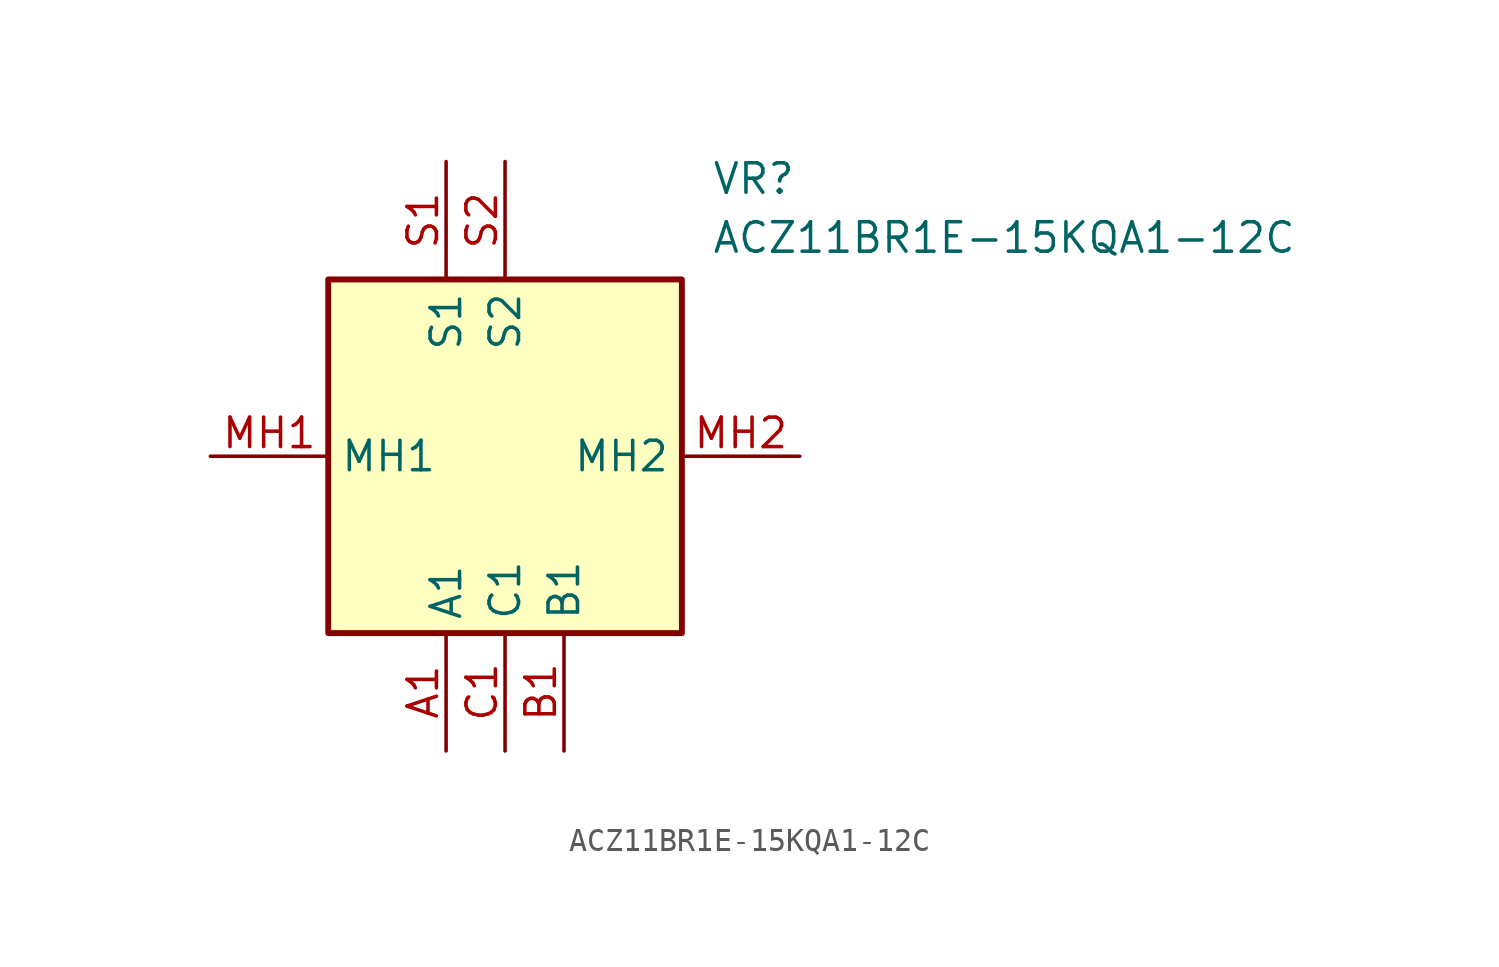
<source format=kicad_sym>
(kicad_symbol_lib
  (version 20211014)
  (generator SamacSys_ECAD_Model)
  (symbol "ACZ11BR1E-15KQA1-12C"
    (property "Reference" "VR"
      (at 21.59 12.7 0)
      (effects (font (size 1.27 1.27)) (justify left top)))
    (property "Value" "ACZ11BR1E-15KQA1-12C"
      (at 21.59 10.16 0)
      (effects (font (size 1.27 1.27)) (justify left top)))
    (rectangle
      (start 5.08 7.62)
      (end 20.32 -7.62)
      (stroke (width 0.254) (type default))
      (fill (type background)))
    (pin passive line
      (at 10.16 -12.7 90)
      (length 5.08)
      (name "A1" (effects (font (size 1.27 1.27))))
      (number "A1" (effects (font (size 1.27 1.27)))))
    (pin passive line
      (at 15.24 -12.7 90)
      (length 5.08)
      (name "B1" (effects (font (size 1.27 1.27))))
      (number "B1" (effects (font (size 1.27 1.27)))))
    (pin passive line
      (at 12.7 -12.7 90)
      (length 5.08)
      (name "C1" (effects (font (size 1.27 1.27))))
      (number "C1" (effects (font (size 1.27 1.27)))))
    (pin passive line
      (at 10.16 12.7 270)
      (length 5.08)
      (name "S1" (effects (font (size 1.27 1.27))))
      (number "S1" (effects (font (size 1.27 1.27)))))
    (pin passive line
      (at 12.7 12.7 270)
      (length 5.08)
      (name "S2" (effects (font (size 1.27 1.27))))
      (number "S2" (effects (font (size 1.27 1.27)))))
    (pin passive line
      (at 0 0 0)
      (length 5.08)
      (name "MH1" (effects (font (size 1.27 1.27))))
      (number "MH1" (effects (font (size 1.27 1.27)))))
    (pin passive line
      (at 25.4 0 180)
      (length 5.08)
      (name "MH2" (effects (font (size 1.27 1.27))))
      (number "MH2" (effects (font (size 1.27 1.27)))))))
</source>
